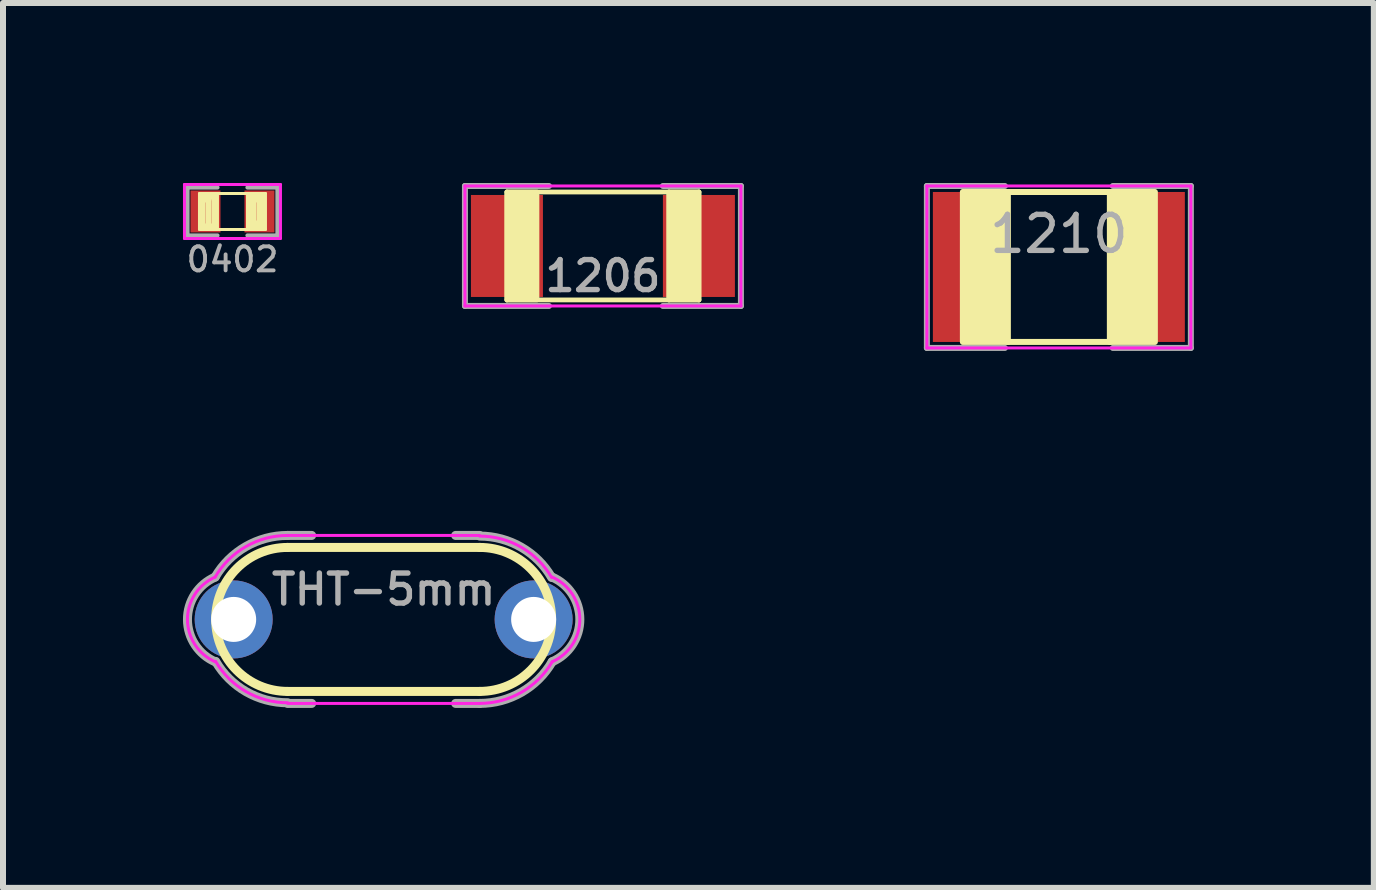
<source format=kicad_pcb>
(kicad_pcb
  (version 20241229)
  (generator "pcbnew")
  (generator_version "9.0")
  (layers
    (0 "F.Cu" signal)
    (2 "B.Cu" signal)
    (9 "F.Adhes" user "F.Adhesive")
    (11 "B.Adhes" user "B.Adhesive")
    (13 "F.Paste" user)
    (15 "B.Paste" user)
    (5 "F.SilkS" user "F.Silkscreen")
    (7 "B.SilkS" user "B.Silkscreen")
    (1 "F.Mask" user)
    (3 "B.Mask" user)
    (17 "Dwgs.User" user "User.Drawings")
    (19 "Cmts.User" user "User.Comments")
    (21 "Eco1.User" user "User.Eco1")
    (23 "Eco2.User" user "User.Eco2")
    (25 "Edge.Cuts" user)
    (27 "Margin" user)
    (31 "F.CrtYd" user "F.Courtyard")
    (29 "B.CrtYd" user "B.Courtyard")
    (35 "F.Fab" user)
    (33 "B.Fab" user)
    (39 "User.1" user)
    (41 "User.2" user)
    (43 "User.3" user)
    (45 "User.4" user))
  (footprint "1210"
    (layer "F.Cu")
    (at 14.6 1.4)
    (property "Reference" "1210" (at 0 -0.55 0) (layer "F.Fab") (effects (font (size 0.6 0.6) (thickness 0.09))))
    (attr smd)
    (fp_line (start -0.85 -1.25) (end 0.85 -1.25) (stroke (width 0.1) (type solid)) (layer "F.SilkS"))
    (fp_line (start 0.85 1.25) (end -0.85 1.25) (stroke (width 0.1) (type solid)) (layer "F.SilkS"))
    (fp_poly (pts (xy -0.85 1.25) (xy -1.6 1.25) (xy -1.6 -1.25) (xy -0.85 -1.25)) (stroke (width 0.1) (type solid)) (fill yes) (layer "F.SilkS"))
    (fp_poly (pts (xy 1.6 1.25) (xy 0.85 1.25) (xy 0.85 -1.25) (xy 1.6 -1.25)) (stroke (width 0.1) (type solid)) (fill yes) (layer "F.SilkS"))
    (fp_line (start -2.2 -1.35) (end 2.2 -1.35) (stroke (width 0.05) (type solid)) (layer "F.CrtYd"))
    (fp_line (start -2.2 1.35) (end -2.2 -1.35) (stroke (width 0.05) (type solid)) (layer "F.CrtYd"))
    (fp_line (start 2.2 -1.35) (end 2.2 1.35) (stroke (width 0.05) (type solid)) (layer "F.CrtYd"))
    (fp_line (start 2.2 1.35) (end -2.2 1.35) (stroke (width 0.05) (type solid)) (layer "F.CrtYd"))
    (fp_line (start -2.2 -1.35) (end -2.2 1.35) (stroke (width 0.1) (type solid)) (layer "F.Fab"))
    (fp_line (start -2.2 1.35) (end -0.9 1.35) (stroke (width 0.1) (type solid)) (layer "F.Fab"))
    (fp_line (start -0.9 -1.35) (end -2.2 -1.35) (stroke (width 0.1) (type solid)) (layer "F.Fab"))
    (fp_line (start 0.9 -1.35) (end 2.2 -1.35) (stroke (width 0.1) (type solid)) (layer "F.Fab"))
    (fp_line (start 2.2 -1.35) (end 2.2 1.35) (stroke (width 0.1) (type solid)) (layer "F.Fab"))
    (fp_line (start 2.2 1.35) (end 0.9 1.35) (stroke (width 0.1) (type solid)) (layer "F.Fab"))
    (pad "1" smd rect (at -1.5 0) (size 1.2 2.5) (layers "F.Cu" "F.Mask" "F.Paste"))
    (pad "2" smd rect (at 1.5 0) (size 1.2 2.5) (layers "F.Cu" "F.Mask" "F.Paste")))
  (footprint "0402"
    (layer "F.Cu")
    (at 0.825 0.475)
    (property "Reference" "0402" (at 0 0.8 0) (layer "F.Fab") (effects (font (size 0.4 0.4) (thickness 0.065))))
    (attr smd)
    (fp_line (start -0.55 -0.3) (end -0.55 0.3) (stroke (width 0.05) (type solid)) (layer "F.SilkS"))
    (fp_line (start -0.55 0.3) (end 0.55 0.3) (stroke (width 0.05) (type solid)) (layer "F.SilkS"))
    (fp_line (start -0.5 -0.25) (end -0.3 -0.25) (stroke (width 0.1) (type solid)) (layer "F.SilkS"))
    (fp_line (start -0.5 -0.2) (end -0.4 -0.2) (stroke (width 0.1) (type solid)) (layer "F.SilkS"))
    (fp_line (start -0.5 0.25) (end -0.5 -0.2) (stroke (width 0.1) (type solid)) (layer "F.SilkS"))
    (fp_line (start -0.4 -0.2) (end -0.4 0.2) (stroke (width 0.1) (type solid)) (layer "F.SilkS"))
    (fp_line (start -0.3 -0.25) (end -0.3 0.25) (stroke (width 0.1) (type solid)) (layer "F.SilkS"))
    (fp_line (start -0.3 0.25) (end -0.5 0.25) (stroke (width 0.1) (type solid)) (layer "F.SilkS"))
    (fp_line (start -0.25 -0.3) (end -0.25 0.3) (stroke (width 0.05) (type solid)) (layer "F.SilkS"))
    (fp_line (start 0.25 -0.3) (end 0.25 0.3) (stroke (width 0.05) (type solid)) (layer "F.SilkS"))
    (fp_line (start 0.3 -0.25) (end 0.5 -0.25) (stroke (width 0.1) (type solid)) (layer "F.SilkS"))
    (fp_line (start 0.3 -0.2) (end 0.45 -0.2) (stroke (width 0.1) (type solid)) (layer "F.SilkS"))
    (fp_line (start 0.3 0.25) (end 0.3 -0.2) (stroke (width 0.1) (type solid)) (layer "F.SilkS"))
    (fp_line (start 0.35 0.2) (end 0.35 -0.15) (stroke (width 0.1) (type solid)) (layer "F.SilkS"))
    (fp_line (start 0.45 -0.2) (end 0.45 0.2) (stroke (width 0.1) (type solid)) (layer "F.SilkS"))
    (fp_line (start 0.45 0.2) (end 0.35 0.2) (stroke (width 0.1) (type solid)) (layer "F.SilkS"))
    (fp_line (start 0.5 -0.25) (end 0.5 0.25) (stroke (width 0.1) (type solid)) (layer "F.SilkS"))
    (fp_line (start 0.5 0.25) (end 0.3 0.25) (stroke (width 0.1) (type solid)) (layer "F.SilkS"))
    (fp_line (start 0.55 -0.3) (end -0.55 -0.3) (stroke (width 0.05) (type solid)) (layer "F.SilkS"))
    (fp_line (start 0.55 0.3) (end 0.55 -0.3) (stroke (width 0.05) (type solid)) (layer "F.SilkS"))
    (fp_line (start -0.8 -0.45) (end 0.8 -0.45) (stroke (width 0.05) (type solid)) (layer "F.CrtYd"))
    (fp_line (start -0.8 0.45) (end -0.8 -0.45) (stroke (width 0.05) (type solid)) (layer "F.CrtYd"))
    (fp_line (start 0.8 -0.45) (end 0.8 0.45) (stroke (width 0.05) (type solid)) (layer "F.CrtYd"))
    (fp_line (start 0.8 0.45) (end -0.8 0.45) (stroke (width 0.05) (type solid)) (layer "F.CrtYd"))
    (fp_line (start -0.75 -0.4) (end -0.75 0.4) (stroke (width 0.07) (type solid)) (layer "F.Fab"))
    (fp_line (start -0.75 0.4) (end -0.25 0.4) (stroke (width 0.07) (type solid)) (layer "F.Fab"))
    (fp_line (start -0.25 -0.4) (end -0.75 -0.4) (stroke (width 0.07) (type solid)) (layer "F.Fab"))
    (fp_line (start 0.25 -0.4) (end 0.75 -0.4) (stroke (width 0.07) (type solid)) (layer "F.Fab"))
    (fp_line (start 0.75 -0.4) (end 0.75 0.4) (stroke (width 0.07) (type solid)) (layer "F.Fab"))
    (fp_line (start 0.75 0.4) (end 0.25 0.4) (stroke (width 0.07) (type solid)) (layer "F.Fab"))
    (pad "1" smd rect (at -0.45 0) (size 0.5 0.7) (layers "F.Cu" "F.Mask" "F.Paste"))
    (pad "2" smd rect (at 0.45 0) (size 0.5 0.7) (layers "F.Cu" "F.Mask" "F.Paste")))
  (footprint "THT-5mm"
    (layer "F.Cu")
    (at 3.345 7.275)
    (property "Reference" "THT-5mm" (at 0 -0.5 0) (layer "F.Fab") (effects (font (size 0.5 0.5) (thickness 0.09))))
    (attr through_hole)
    (fp_line (start -1.6 -1.2) (end 1.6 -1.2) (stroke (width 0.15) (type solid)) (layer "F.SilkS"))
    (fp_line (start -1.6 1.2) (end 1.6 1.2) (stroke (width 0.15) (type solid)) (layer "F.SilkS"))
    (fp_arc (start -1.6 1.2) (mid -2.8 0) (end -1.6 -1.2) (stroke (width 0.15) (type solid)) (layer "F.SilkS"))
    (fp_arc (start 1.6 -1.2) (mid 2.8 0) (end 1.6 1.2) (stroke (width 0.15) (type solid)) (layer "F.SilkS"))
    (fp_line (start -1.6 -1.4) (end 1.6 -1.4) (stroke (width 0.05) (type solid)) (layer "F.CrtYd"))
    (fp_line (start -1.6 1.4) (end 1.6 1.4) (stroke (width 0.05) (type solid)) (layer "F.CrtYd"))
    (fp_arc (start -2.808754 -0.706339) (mid -2.296824 -1.214264) (end -1.6 -1.4) (stroke (width 0.05) (type solid)) (layer "F.CrtYd"))
    (fp_arc (start -2.803741 0.707825) (mid -3.270237 0.003024) (end -2.809289 -0.705418) (stroke (width 0.05) (type solid)) (layer "F.CrtYd"))
    (fp_arc (start -1.601057 1.389243) (mid -2.292386 1.204408) (end -2.799999 0.699999) (stroke (width 0.05) (type solid)) (layer "F.CrtYd"))
    (fp_arc (start 1.601057 -1.389243) (mid 2.292386 -1.204408) (end 2.799999 -0.699999) (stroke (width 0.05) (type solid)) (layer "F.CrtYd"))
    (fp_arc (start 2.803741 -0.707825) (mid 3.270237 -0.003024) (end 2.809289 0.705418) (stroke (width 0.05) (type solid)) (layer "F.CrtYd"))
    (fp_arc (start 2.808754 0.706339) (mid 2.296824 1.214264) (end 1.6 1.4) (stroke (width 0.05) (type solid)) (layer "F.CrtYd"))
    (fp_line (start -1.6 -1.4) (end -1.2 -1.4) (stroke (width 0.15) (type solid)) (layer "F.Fab"))
    (fp_line (start -1.6 1.4) (end -1.2 1.4) (stroke (width 0.15) (type solid)) (layer "F.Fab"))
    (fp_line (start 1.6 -1.4) (end 1.2 -1.4) (stroke (width 0.15) (type solid)) (layer "F.Fab"))
    (fp_line (start 1.6 1.4) (end 1.2 1.4) (stroke (width 0.15) (type solid)) (layer "F.Fab"))
    (fp_arc (start -2.808754 -0.706339) (mid -2.296824 -1.214264) (end -1.6 -1.4) (stroke (width 0.15) (type solid)) (layer "F.Fab"))
    (fp_arc (start -2.803741 0.707825) (mid -3.270237 0.003024) (end -2.809289 -0.705418) (stroke (width 0.15) (type solid)) (layer "F.Fab"))
    (fp_arc (start -1.601057 1.389243) (mid -2.292386 1.204408) (end -2.799999 0.699999) (stroke (width 0.15) (type solid)) (layer "F.Fab"))
    (fp_arc (start 1.601057 -1.389243) (mid 2.292386 -1.204408) (end 2.799999 -0.699999) (stroke (width 0.15) (type solid)) (layer "F.Fab"))
    (fp_arc (start 2.803741 -0.707825) (mid 3.270237 -0.003024) (end 2.809289 0.705418) (stroke (width 0.15) (type solid)) (layer "F.Fab"))
    (fp_arc (start 2.808754 0.706339) (mid 2.296824 1.214264) (end 1.6 1.4) (stroke (width 0.15) (type solid)) (layer "F.Fab"))
    (pad "1" thru_hole circle (at -2.5 0) (size 1.3 1.3) (drill 0.75) (layers "*.Cu" "*.Mask"))
    (pad "2" thru_hole circle (at 2.5 0) (size 1.3 1.3) (drill 0.75) (layers "*.Cu" "*.Mask")))
  (footprint "1206"
    (layer "F.Cu")
    (at 7 1.05)
    (property "Reference" "1206" (at 0 0.5 0) (layer "F.Fab") (effects (font (size 0.5 0.5) (thickness 0.09))))
    (attr smd)
    (fp_line (start -1.6 -0.9) (end 1.6 -0.9) (stroke (width 0.08) (type solid)) (layer "F.SilkS"))
    (fp_line (start -1.6 0.9) (end -1.6 -0.9) (stroke (width 0.08) (type solid)) (layer "F.SilkS"))
    (fp_line (start -1.6 0.9) (end 1.6 0.9) (stroke (width 0.08) (type solid)) (layer "F.SilkS"))
    (fp_line (start 1.1 0.9) (end 1.1 -0.9) (stroke (width 0.08) (type solid)) (layer "F.SilkS"))
    (fp_line (start 1.6 0.9) (end 1.6 -0.9) (stroke (width 0.08) (type solid)) (layer "F.SilkS"))
    (fp_poly (pts (xy -1.1 0.9) (xy -1.6 0.9) (xy -1.6 -0.9) (xy -1.1 -0.9)) (stroke (width 0.08) (type solid)) (fill yes) (layer "F.SilkS"))
    (fp_poly (pts (xy 1.6 0.9) (xy 1.1 0.9) (xy 1.1 -0.9) (xy 1.6 -0.9)) (stroke (width 0.08) (type solid)) (fill yes) (layer "F.SilkS"))
    (fp_line (start -2.3 -1) (end 2.3 -1) (stroke (width 0.05) (type solid)) (layer "F.CrtYd"))
    (fp_line (start -2.3 1) (end -2.3 -1) (stroke (width 0.05) (type solid)) (layer "F.CrtYd"))
    (fp_line (start 2.3 -1) (end 2.3 1) (stroke (width 0.05) (type solid)) (layer "F.CrtYd"))
    (fp_line (start 2.3 1) (end -2.3 1) (stroke (width 0.05) (type solid)) (layer "F.CrtYd"))
    (fp_line (start -2.3 -1) (end -2.3 1) (stroke (width 0.1) (type solid)) (layer "F.Fab"))
    (fp_line (start -2.3 1) (end -0.9 1) (stroke (width 0.1) (type solid)) (layer "F.Fab"))
    (fp_line (start -0.9 -1) (end -2.3 -1) (stroke (width 0.1) (type solid)) (layer "F.Fab"))
    (fp_line (start 1 -1) (end 2.3 -1) (stroke (width 0.1) (type solid)) (layer "F.Fab"))
    (fp_line (start 2.3 -1) (end 2.3 1) (stroke (width 0.1) (type solid)) (layer "F.Fab"))
    (fp_line (start 2.3 1) (end 1 1) (stroke (width 0.1) (type solid)) (layer "F.Fab"))
    (pad "1" smd rect (at -1.6 0) (size 1.2 1.7) (layers "F.Cu" "F.Mask" "F.Paste"))
    (pad "2" smd rect (at 1.6 0) (size 1.2 1.7) (layers "F.Cu" "F.Mask" "F.Paste")))
  (gr_rect
    (start -3 -3)
    (end 19.85 11.75)
    (stroke (width 0.1) (type default))
    (fill no)
    (layer "Edge.Cuts")))
</source>
